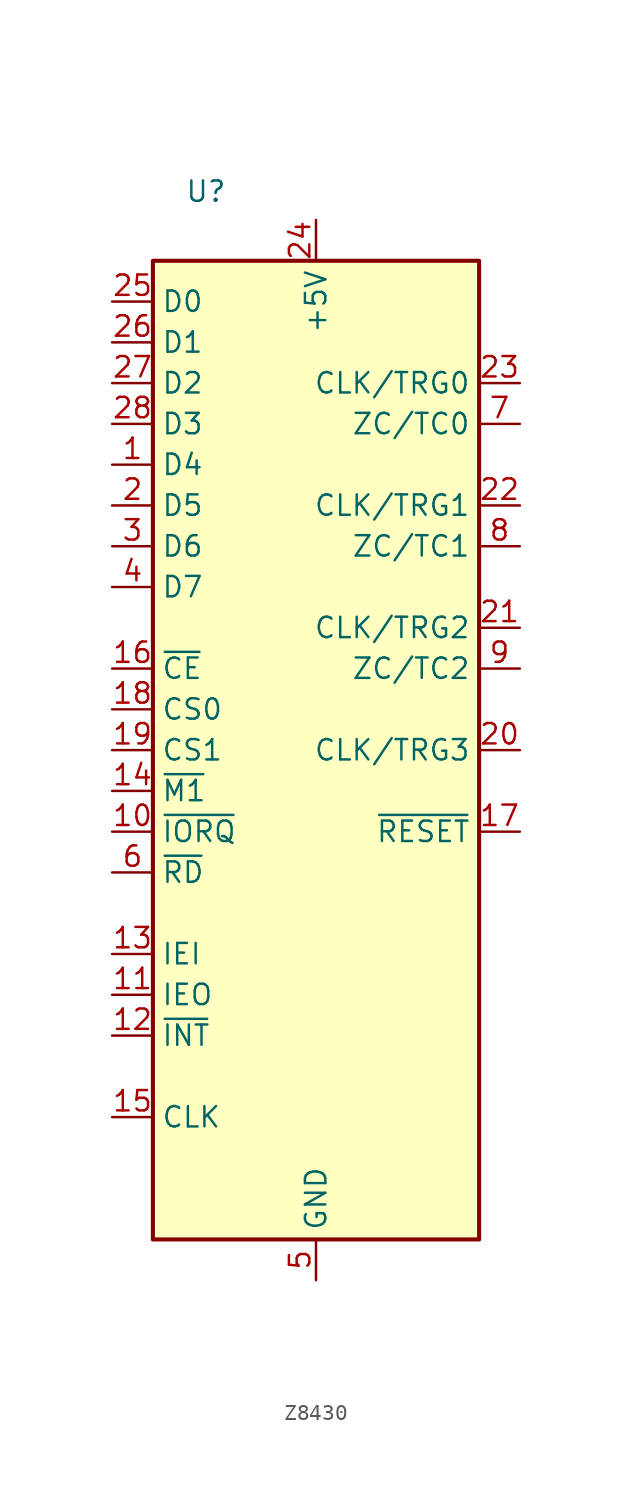
<source format=kicad_sym>
(kicad_symbol_lib
  (version 20241209)
  (generator "kicad_symbol_editor")
  (generator_version "9.0")
  (symbol "Z8430"
    (property "Reference" "U"
      (at -6.858 34.798 0)
      (effects (font (size 1.27 1.27))))
    (property "Value" ""
      (at 0 0 0)
      (effects (font (size 1.27 1.27))))
    (symbol "Z8430_1_0"
      (rectangle (start -10.16 30.48) (end 10.16 -30.48) (stroke (width 0.254) (type default)) (fill (type background))))
    (symbol "Z8430_1_1"
      (pin bidirectional line (at -12.7 27.94 0) (length 2.54) (name "D0" (effects (font (size 1.27 1.27)))) (number "25" (effects (font (size 1.27 1.27)))))
      (pin bidirectional line (at -12.7 25.4 0) (length 2.54) (name "D1" (effects (font (size 1.27 1.27)))) (number "26" (effects (font (size 1.27 1.27)))))
      (pin bidirectional line (at -12.7 22.86 0) (length 2.54) (name "D2" (effects (font (size 1.27 1.27)))) (number "27" (effects (font (size 1.27 1.27)))))
      (pin bidirectional line (at -12.7 20.32 0) (length 2.54) (name "D3" (effects (font (size 1.27 1.27)))) (number "28" (effects (font (size 1.27 1.27)))))
      (pin bidirectional line (at -12.7 17.78 0) (length 2.54) (name "D4" (effects (font (size 1.27 1.27)))) (number "1" (effects (font (size 1.27 1.27)))))
      (pin bidirectional line (at -12.7 15.24 0) (length 2.54) (name "D5" (effects (font (size 1.27 1.27)))) (number "2" (effects (font (size 1.27 1.27)))))
      (pin bidirectional line (at -12.7 12.7 0) (length 2.54) (name "D6" (effects (font (size 1.27 1.27)))) (number "3" (effects (font (size 1.27 1.27)))))
      (pin bidirectional line (at -12.7 10.16 0) (length 2.54) (name "D7" (effects (font (size 1.27 1.27)))) (number "4" (effects (font (size 1.27 1.27)))))
      (pin input line (at -12.7 5.08 0) (length 2.54) (name "~{CE}" (effects (font (size 1.27 1.27)))) (number "16" (effects (font (size 1.27 1.27)))))
      (pin input line (at -12.7 2.54 0) (length 2.54) (name "CS0" (effects (font (size 1.27 1.27)))) (number "18" (effects (font (size 1.27 1.27)))))
      (pin input line (at -12.7 0 0) (length 2.54) (name "CS1" (effects (font (size 1.27 1.27)))) (number "19" (effects (font (size 1.27 1.27)))))
      (pin input line (at -12.7 -2.54 0) (length 2.54) (name "~{M1}" (effects (font (size 1.27 1.27)))) (number "14" (effects (font (size 1.27 1.27)))))
      (pin input line (at -12.7 -5.08 0) (length 2.54) (name "~{IORQ}" (effects (font (size 1.27 1.27)))) (number "10" (effects (font (size 1.27 1.27)))))
      (pin input line (at -12.7 -7.62 0) (length 2.54) (name "~{RD}" (effects (font (size 1.27 1.27)))) (number "6" (effects (font (size 1.27 1.27)))))
      (pin input line (at -12.7 -12.7 0) (length 2.54) (name "IEI" (effects (font (size 1.27 1.27)))) (number "13" (effects (font (size 1.27 1.27)))))
      (pin output line (at -12.7 -15.24 0) (length 2.54) (name "IEO" (effects (font (size 1.27 1.27)))) (number "11" (effects (font (size 1.27 1.27)))))
      (pin open_collector line (at -12.7 -17.78 0) (length 2.54) (name "~{INT}" (effects (font (size 1.27 1.27)))) (number "12" (effects (font (size 1.27 1.27)))))
      (pin input line (at -12.7 -22.86 0) (length 2.54) (name "CLK" (effects (font (size 1.27 1.27)))) (number "15" (effects (font (size 1.27 1.27)))))
      (pin power_in line (at 0 33.02 270) (length 2.54) (name "+5V" (effects (font (size 1.27 1.27)))) (number "24" (effects (font (size 1.27 1.27)))))
      (pin power_in line (at 0 -33.02 90) (length 2.54) (name "GND" (effects (font (size 1.27 1.27)))) (number "5" (effects (font (size 1.27 1.27)))))
      (pin input line (at 12.7 22.86 180) (length 2.54) (name "CLK/TRG0" (effects (font (size 1.27 1.27)))) (number "23" (effects (font (size 1.27 1.27)))))
      (pin output line (at 12.7 20.32 180) (length 2.54) (name "ZC/TC0" (effects (font (size 1.27 1.27)))) (number "7" (effects (font (size 1.27 1.27)))))
      (pin input line (at 12.7 15.24 180) (length 2.54) (name "CLK/TRG1" (effects (font (size 1.27 1.27)))) (number "22" (effects (font (size 1.27 1.27)))))
      (pin output line (at 12.7 12.7 180) (length 2.54) (name "ZC/TC1" (effects (font (size 1.27 1.27)))) (number "8" (effects (font (size 1.27 1.27)))))
      (pin input line (at 12.7 7.62 180) (length 2.54) (name "CLK/TRG2" (effects (font (size 1.27 1.27)))) (number "21" (effects (font (size 1.27 1.27)))))
      (pin output line (at 12.7 5.08 180) (length 2.54) (name "ZC/TC2" (effects (font (size 1.27 1.27)))) (number "9" (effects (font (size 1.27 1.27)))))
      (pin input line (at 12.7 0 180) (length 2.54) (name "CLK/TRG3" (effects (font (size 1.27 1.27)))) (number "20" (effects (font (size 1.27 1.27)))))
      (pin input line (at 12.7 -5.08 180) (length 2.54) (name "~{RESET}" (effects (font (size 1.27 1.27)))) (number "17" (effects (font (size 1.27 1.27))))))))
</source>
